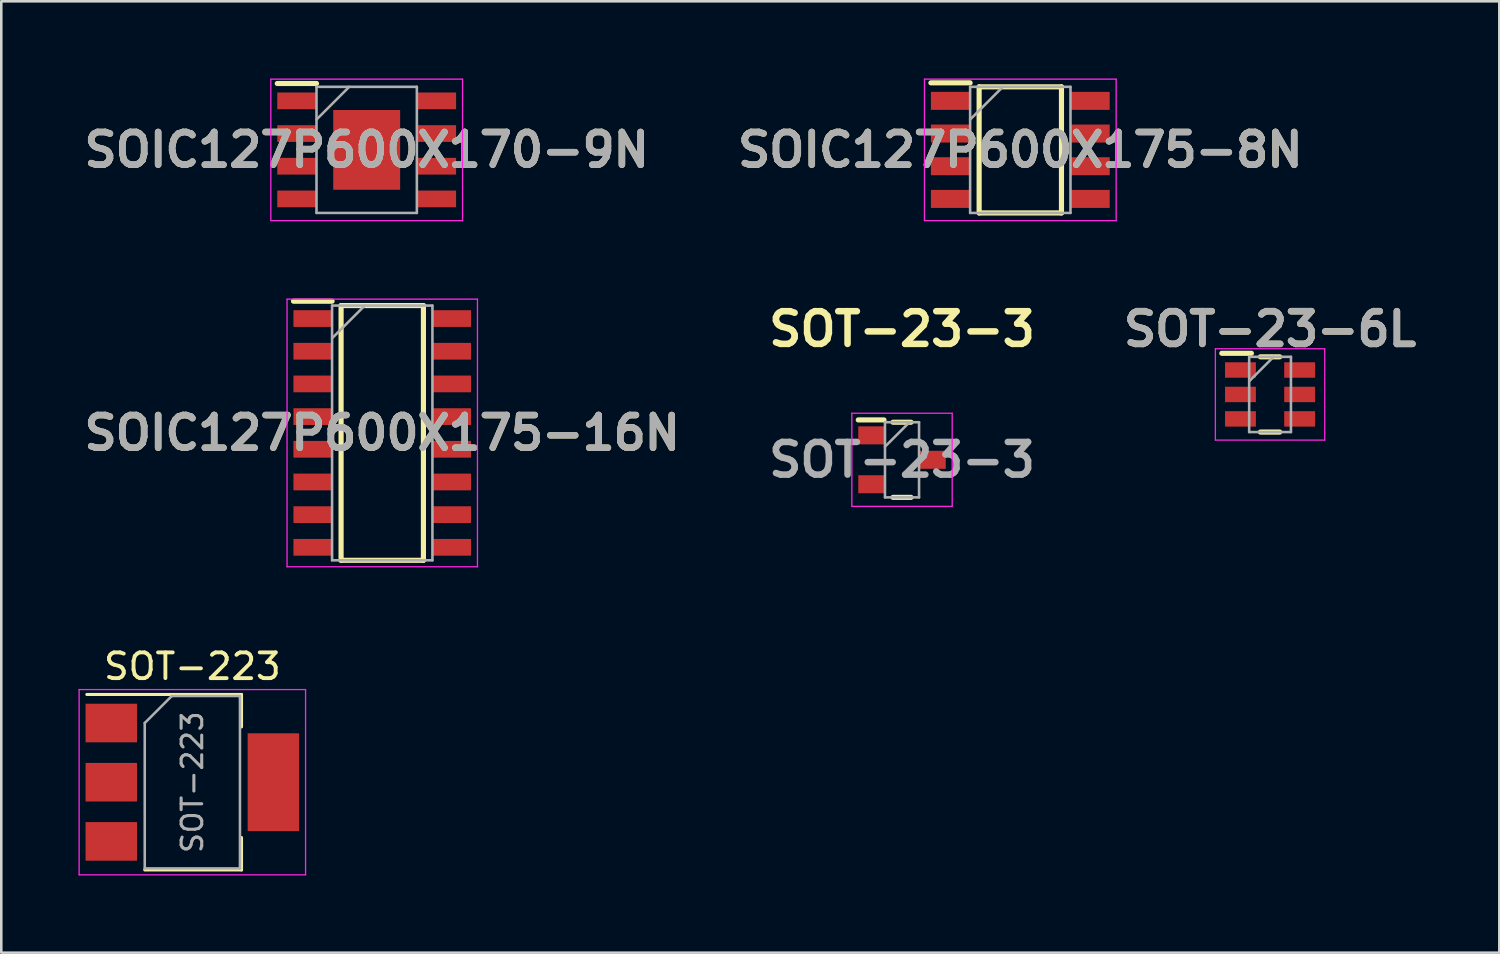
<source format=kicad_pcb>
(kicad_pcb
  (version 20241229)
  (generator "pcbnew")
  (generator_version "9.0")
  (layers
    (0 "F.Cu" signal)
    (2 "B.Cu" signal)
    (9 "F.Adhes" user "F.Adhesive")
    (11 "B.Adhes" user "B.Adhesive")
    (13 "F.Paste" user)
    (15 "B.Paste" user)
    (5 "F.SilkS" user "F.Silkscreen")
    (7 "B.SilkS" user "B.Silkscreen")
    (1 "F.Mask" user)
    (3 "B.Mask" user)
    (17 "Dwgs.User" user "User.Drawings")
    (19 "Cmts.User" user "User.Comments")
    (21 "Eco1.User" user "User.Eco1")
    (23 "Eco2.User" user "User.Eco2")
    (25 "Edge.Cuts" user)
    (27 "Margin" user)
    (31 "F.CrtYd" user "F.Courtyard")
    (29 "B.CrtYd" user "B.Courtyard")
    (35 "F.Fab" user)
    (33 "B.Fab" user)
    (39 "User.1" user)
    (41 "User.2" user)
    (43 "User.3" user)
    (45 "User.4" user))
  (footprint "SOIC127P600X170-9N"
    (layer "F.Cu")
    (at 11.2 2.775)
    (property "Reference" "SOIC127P600X170-9N" (at 0 0 0) (layer "F.SilkS") (effects (font (size 1.27 1.27) (thickness 0.254))))
    (attr smd)
    (fp_line (start -3.475 -2.58) (end -1.95 -2.58) (stroke (width 0.2) (type solid)) (layer "F.SilkS"))
    (fp_line (start -3.725 -2.75) (end 3.725 -2.75) (stroke (width 0.05) (type solid)) (layer "F.CrtYd"))
    (fp_line (start -3.725 2.75) (end -3.725 -2.75) (stroke (width 0.05) (type solid)) (layer "F.CrtYd"))
    (fp_line (start 3.725 -2.75) (end 3.725 2.75) (stroke (width 0.05) (type solid)) (layer "F.CrtYd"))
    (fp_line (start 3.725 2.75) (end -3.725 2.75) (stroke (width 0.05) (type solid)) (layer "F.CrtYd"))
    (fp_line (start -1.95 -2.45) (end 1.95 -2.45) (stroke (width 0.1) (type solid)) (layer "F.Fab"))
    (fp_line (start -1.95 -1.18) (end -0.68 -2.45) (stroke (width 0.1) (type solid)) (layer "F.Fab"))
    (fp_line (start -1.95 2.45) (end -1.95 -2.45) (stroke (width 0.1) (type solid)) (layer "F.Fab"))
    (fp_line (start 1.95 -2.45) (end 1.95 2.45) (stroke (width 0.1) (type solid)) (layer "F.Fab"))
    (fp_line (start 1.95 2.45) (end -1.95 2.45) (stroke (width 0.1) (type solid)) (layer "F.Fab"))
    (fp_text user "${REFERENCE}" (at 0 0 0) (layer "F.Fab") (effects (font (size 1.27 1.27) (thickness 0.254))))
    (pad "1" smd rect (at -2.712 -1.905 90) (size 0.65 1.525) (layers "F.Cu" "F.Mask" "F.Paste"))
    (pad "2" smd rect (at -2.712 -0.635 90) (size 0.65 1.525) (layers "F.Cu" "F.Mask" "F.Paste"))
    (pad "3" smd rect (at -2.712 0.635 90) (size 0.65 1.525) (layers "F.Cu" "F.Mask" "F.Paste"))
    (pad "4" smd rect (at -2.712 1.905 90) (size 0.65 1.525) (layers "F.Cu" "F.Mask" "F.Paste"))
    (pad "5" smd rect (at 2.712 1.905 90) (size 0.65 1.525) (layers "F.Cu" "F.Mask" "F.Paste"))
    (pad "6" smd rect (at 2.712 0.635 90) (size 0.65 1.525) (layers "F.Cu" "F.Mask" "F.Paste"))
    (pad "7" smd rect (at 2.712 -0.635 90) (size 0.65 1.525) (layers "F.Cu" "F.Mask" "F.Paste"))
    (pad "8" smd rect (at 2.712 -1.905 90) (size 0.65 1.525) (layers "F.Cu" "F.Mask" "F.Paste"))
    (pad "9" smd rect (at 0 0) (size 2.6 3.1) (layers "F.Cu" "F.Mask" "F.Paste")))
  (footprint "SOIC127P600X175-8N"
    (layer "F.Cu")
    (at 36.601 2.775)
    (property "Reference" "SOIC127P600X175-8N" (at 0 0 0) (layer "F.SilkS") (effects (font (size 1.27 1.27) (thickness 0.254))))
    (attr smd)
    (fp_line (start -3.475 -2.605) (end -1.95 -2.605) (stroke (width 0.2) (type solid)) (layer "F.SilkS"))
    (fp_line (start -1.6 -2.45) (end 1.6 -2.45) (stroke (width 0.2) (type solid)) (layer "F.SilkS"))
    (fp_line (start -1.6 2.45) (end -1.6 -2.45) (stroke (width 0.2) (type solid)) (layer "F.SilkS"))
    (fp_line (start 1.6 -2.45) (end 1.6 2.45) (stroke (width 0.2) (type solid)) (layer "F.SilkS"))
    (fp_line (start 1.6 2.45) (end -1.6 2.45) (stroke (width 0.2) (type solid)) (layer "F.SilkS"))
    (fp_line (start -3.725 -2.75) (end 3.725 -2.75) (stroke (width 0.05) (type solid)) (layer "F.CrtYd"))
    (fp_line (start -3.725 2.75) (end -3.725 -2.75) (stroke (width 0.05) (type solid)) (layer "F.CrtYd"))
    (fp_line (start 3.725 -2.75) (end 3.725 2.75) (stroke (width 0.05) (type solid)) (layer "F.CrtYd"))
    (fp_line (start 3.725 2.75) (end -3.725 2.75) (stroke (width 0.05) (type solid)) (layer "F.CrtYd"))
    (fp_line (start -1.95 -2.45) (end 1.95 -2.45) (stroke (width 0.1) (type solid)) (layer "F.Fab"))
    (fp_line (start -1.95 -1.18) (end -0.68 -2.45) (stroke (width 0.1) (type solid)) (layer "F.Fab"))
    (fp_line (start -1.95 2.45) (end -1.95 -2.45) (stroke (width 0.1) (type solid)) (layer "F.Fab"))
    (fp_line (start 1.95 -2.45) (end 1.95 2.45) (stroke (width 0.1) (type solid)) (layer "F.Fab"))
    (fp_line (start 1.95 2.45) (end -1.95 2.45) (stroke (width 0.1) (type solid)) (layer "F.Fab"))
    (fp_text user "${REFERENCE}" (at 0 0 0) (layer "F.Fab") (effects (font (size 1.27 1.27) (thickness 0.254))))
    (pad "1" smd rect (at -2.712 -1.905 90) (size 0.7 1.525) (layers "F.Cu" "F.Mask" "F.Paste"))
    (pad "2" smd rect (at -2.712 -0.635 90) (size 0.7 1.525) (layers "F.Cu" "F.Mask" "F.Paste"))
    (pad "3" smd rect (at -2.712 0.635 90) (size 0.7 1.525) (layers "F.Cu" "F.Mask" "F.Paste"))
    (pad "4" smd rect (at -2.712 1.905 90) (size 0.7 1.525) (layers "F.Cu" "F.Mask" "F.Paste"))
    (pad "5" smd rect (at 2.712 1.905 90) (size 0.7 1.525) (layers "F.Cu" "F.Mask" "F.Paste"))
    (pad "6" smd rect (at 2.712 0.635 90) (size 0.7 1.525) (layers "F.Cu" "F.Mask" "F.Paste"))
    (pad "7" smd rect (at 2.712 -0.635 90) (size 0.7 1.525) (layers "F.Cu" "F.Mask" "F.Paste"))
    (pad "8" smd rect (at 2.712 -1.905 90) (size 0.7 1.525) (layers "F.Cu" "F.Mask" "F.Paste")))
  (footprint "SOIC127P600X175-16N"
    (layer "F.Cu")
    (at 11.805 13.775)
    (property "Reference" "SOIC127P600X175-16N" (at 0 0 0) (layer "F.SilkS") (effects (font (size 1.27 1.27) (thickness 0.254))))
    (attr smd)
    (fp_line (start -3.45 -5.12) (end -1.95 -5.12) (stroke (width 0.2) (type solid)) (layer "F.SilkS"))
    (fp_line (start -1.6 -4.95) (end 1.6 -4.95) (stroke (width 0.2) (type solid)) (layer "F.SilkS"))
    (fp_line (start -1.6 4.95) (end -1.6 -4.95) (stroke (width 0.2) (type solid)) (layer "F.SilkS"))
    (fp_line (start 1.6 -4.95) (end 1.6 4.95) (stroke (width 0.2) (type solid)) (layer "F.SilkS"))
    (fp_line (start 1.6 4.95) (end -1.6 4.95) (stroke (width 0.2) (type solid)) (layer "F.SilkS"))
    (fp_line (start -3.7 -5.2) (end 3.7 -5.2) (stroke (width 0.05) (type solid)) (layer "F.CrtYd"))
    (fp_line (start -3.7 5.2) (end -3.7 -5.2) (stroke (width 0.05) (type solid)) (layer "F.CrtYd"))
    (fp_line (start 3.7 -5.2) (end 3.7 5.2) (stroke (width 0.05) (type solid)) (layer "F.CrtYd"))
    (fp_line (start 3.7 5.2) (end -3.7 5.2) (stroke (width 0.05) (type solid)) (layer "F.CrtYd"))
    (fp_line (start -1.95 -4.95) (end 1.95 -4.95) (stroke (width 0.1) (type solid)) (layer "F.Fab"))
    (fp_line (start -1.95 -3.68) (end -0.68 -4.95) (stroke (width 0.1) (type solid)) (layer "F.Fab"))
    (fp_line (start -1.95 4.95) (end -1.95 -4.95) (stroke (width 0.1) (type solid)) (layer "F.Fab"))
    (fp_line (start 1.95 -4.95) (end 1.95 4.95) (stroke (width 0.1) (type solid)) (layer "F.Fab"))
    (fp_line (start 1.95 4.95) (end -1.95 4.95) (stroke (width 0.1) (type solid)) (layer "F.Fab"))
    (fp_text user "${REFERENCE}" (at 0 0 0) (layer "F.Fab") (effects (font (size 1.27 1.27) (thickness 0.254))))
    (pad "1" smd rect (at -2.7 -4.445 90) (size 0.65 1.5) (layers "F.Cu" "F.Mask" "F.Paste"))
    (pad "2" smd rect (at -2.7 -3.175 90) (size 0.65 1.5) (layers "F.Cu" "F.Mask" "F.Paste"))
    (pad "3" smd rect (at -2.7 -1.905 90) (size 0.65 1.5) (layers "F.Cu" "F.Mask" "F.Paste"))
    (pad "4" smd rect (at -2.7 -0.635 90) (size 0.65 1.5) (layers "F.Cu" "F.Mask" "F.Paste"))
    (pad "5" smd rect (at -2.7 0.635 90) (size 0.65 1.5) (layers "F.Cu" "F.Mask" "F.Paste"))
    (pad "6" smd rect (at -2.7 1.905 90) (size 0.65 1.5) (layers "F.Cu" "F.Mask" "F.Paste"))
    (pad "7" smd rect (at -2.7 3.175 90) (size 0.65 1.5) (layers "F.Cu" "F.Mask" "F.Paste"))
    (pad "8" smd rect (at -2.7 4.445 90) (size 0.65 1.5) (layers "F.Cu" "F.Mask" "F.Paste"))
    (pad "9" smd rect (at 2.7 4.445 90) (size 0.65 1.5) (layers "F.Cu" "F.Mask" "F.Paste"))
    (pad "10" smd rect (at 2.7 3.175 90) (size 0.65 1.5) (layers "F.Cu" "F.Mask" "F.Paste"))
    (pad "11" smd rect (at 2.7 1.905 90) (size 0.65 1.5) (layers "F.Cu" "F.Mask" "F.Paste"))
    (pad "12" smd rect (at 2.7 0.635 90) (size 0.65 1.5) (layers "F.Cu" "F.Mask" "F.Paste"))
    (pad "13" smd rect (at 2.7 -0.635 90) (size 0.65 1.5) (layers "F.Cu" "F.Mask" "F.Paste"))
    (pad "14" smd rect (at 2.7 -1.905 90) (size 0.65 1.5) (layers "F.Cu" "F.Mask" "F.Paste"))
    (pad "15" smd rect (at 2.7 -3.175 90) (size 0.65 1.5) (layers "F.Cu" "F.Mask" "F.Paste"))
    (pad "16" smd rect (at 2.7 -4.445 90) (size 0.65 1.5) (layers "F.Cu" "F.Mask" "F.Paste")))
  (footprint "SOT-223"
    (layer "F.Cu")
    (at 4.425 27.348)
    (property "Reference" "SOT-223" (at 0 -4.5 0) (layer "F.SilkS") (effects (font (size 1 1) (thickness 0.15))))
    (attr smd)
    (fp_line (start -4.1 -3.41) (end 1.91 -3.41) (stroke (width 0.12) (type solid)) (layer "F.SilkS"))
    (fp_line (start -1.85 3.41) (end 1.91 3.41) (stroke (width 0.12) (type solid)) (layer "F.SilkS"))
    (fp_line (start 1.91 -3.41) (end 1.91 -2.15) (stroke (width 0.12) (type solid)) (layer "F.SilkS"))
    (fp_line (start 1.91 3.41) (end 1.91 2.15) (stroke (width 0.12) (type solid)) (layer "F.SilkS"))
    (fp_line (start -4.4 -3.6) (end -4.4 3.6) (stroke (width 0.05) (type solid)) (layer "F.CrtYd"))
    (fp_line (start -4.4 3.6) (end 4.4 3.6) (stroke (width 0.05) (type solid)) (layer "F.CrtYd"))
    (fp_line (start 4.4 -3.6) (end -4.4 -3.6) (stroke (width 0.05) (type solid)) (layer "F.CrtYd"))
    (fp_line (start 4.4 3.6) (end 4.4 -3.6) (stroke (width 0.05) (type solid)) (layer "F.CrtYd"))
    (fp_line (start -1.85 -2.3) (end -1.85 3.35) (stroke (width 0.1) (type solid)) (layer "F.Fab"))
    (fp_line (start -1.85 -2.3) (end -0.8 -3.35) (stroke (width 0.1) (type solid)) (layer "F.Fab"))
    (fp_line (start -1.85 3.35) (end 1.85 3.35) (stroke (width 0.1) (type solid)) (layer "F.Fab"))
    (fp_line (start -0.8 -3.35) (end 1.85 -3.35) (stroke (width 0.1) (type solid)) (layer "F.Fab"))
    (fp_line (start 1.85 -3.35) (end 1.85 3.35) (stroke (width 0.1) (type solid)) (layer "F.Fab"))
    (fp_text user "${REFERENCE}" (at 0 0 90) (layer "F.Fab") (effects (font (size 0.8 0.8) (thickness 0.12))))
    (pad "1" smd rect (at -3.15 -2.3) (size 2 1.5) (layers "F.Cu" "F.Mask" "F.Paste"))
    (pad "2" smd rect (at -3.15 0) (size 2 1.5) (layers "F.Cu" "F.Mask" "F.Paste"))
    (pad "2" smd rect (at 3.15 0) (size 2 3.8) (layers "F.Cu" "F.Mask" "F.Paste"))
    (pad "3" smd rect (at -3.15 2.3) (size 2 1.5) (layers "F.Cu" "F.Mask" "F.Paste")))
  (footprint "SOT-23-3"
    (layer "F.Cu")
    (at 32.004 14.819)
    (property "Reference" "SOT-23-3" (at 0 -5.08 0) (layer "F.SilkS") (effects (font (size 1.27 1.27) (thickness 0.254))))
    (attr smd)
    (fp_line (start -1.7 -1.55) (end -0.7 -1.55) (stroke (width 0.2) (type solid)) (layer "F.SilkS"))
    (fp_line (start -0.35 -1.46) (end 0.35 -1.46) (stroke (width 0.2) (type solid)) (layer "F.SilkS"))
    (fp_line (start 0.35 1.46) (end -0.35 1.46) (stroke (width 0.2) (type solid)) (layer "F.SilkS"))
    (fp_line (start -1.95 -1.81) (end 1.95 -1.81) (stroke (width 0.05) (type solid)) (layer "F.CrtYd"))
    (fp_line (start -1.95 1.81) (end -1.95 -1.81) (stroke (width 0.05) (type solid)) (layer "F.CrtYd"))
    (fp_line (start 1.95 -1.81) (end 1.95 1.81) (stroke (width 0.05) (type solid)) (layer "F.CrtYd"))
    (fp_line (start 1.95 1.81) (end -1.95 1.81) (stroke (width 0.05) (type solid)) (layer "F.CrtYd"))
    (fp_line (start -0.662 -1.46) (end 0.662 -1.46) (stroke (width 0.1) (type solid)) (layer "F.Fab"))
    (fp_line (start -0.662 -0.51) (end 0.288 -1.46) (stroke (width 0.1) (type solid)) (layer "F.Fab"))
    (fp_line (start -0.662 1.46) (end -0.662 -1.46) (stroke (width 0.1) (type solid)) (layer "F.Fab"))
    (fp_line (start 0.662 -1.46) (end 0.662 1.46) (stroke (width 0.1) (type solid)) (layer "F.Fab"))
    (fp_line (start 0.662 1.46) (end -0.662 1.46) (stroke (width 0.1) (type solid)) (layer "F.Fab"))
    (fp_text user "${REFERENCE}" (at 0 0 0) (layer "F.Fab") (effects (font (size 1.27 1.27) (thickness 0.254))))
    (pad "1" smd rect (at -1.2 -0.95 90) (size 0.7 1) (layers "F.Cu" "F.Mask" "F.Paste"))
    (pad "2" smd rect (at -1.2 0.95 90) (size 0.7 1) (layers "F.Cu" "F.Mask" "F.Paste"))
    (pad "3" smd rect (at 1.2 0 90) (size 0.7 1) (layers "F.Cu" "F.Mask" "F.Paste")))
  (footprint "SOT-23-6L"
    (layer "F.Cu")
    (at 46.307 12.279)
    (property "Reference" "SOT-23-6L" (at 0 -2.54 0) (layer "F.SilkS") (effects (font (size 1.27 1.27) (thickness 0.254))))
    (attr smd)
    (fp_line (start -1.875 -1.6) (end -0.725 -1.6) (stroke (width 0.2) (type solid)) (layer "F.SilkS"))
    (fp_line (start -0.375 -1.462) (end 0.375 -1.462) (stroke (width 0.2) (type solid)) (layer "F.SilkS"))
    (fp_line (start 0.375 1.462) (end -0.375 1.462) (stroke (width 0.2) (type solid)) (layer "F.SilkS"))
    (fp_line (start -2.125 -1.775) (end 2.125 -1.775) (stroke (width 0.05) (type solid)) (layer "F.CrtYd"))
    (fp_line (start -2.125 1.775) (end -2.125 -1.775) (stroke (width 0.05) (type solid)) (layer "F.CrtYd"))
    (fp_line (start 2.125 -1.775) (end 2.125 1.775) (stroke (width 0.05) (type solid)) (layer "F.CrtYd"))
    (fp_line (start 2.125 1.775) (end -2.125 1.775) (stroke (width 0.05) (type solid)) (layer "F.CrtYd"))
    (fp_line (start -0.812 -1.462) (end 0.812 -1.462) (stroke (width 0.1) (type solid)) (layer "F.Fab"))
    (fp_line (start -0.812 -0.512) (end 0.138 -1.462) (stroke (width 0.1) (type solid)) (layer "F.Fab"))
    (fp_line (start -0.812 1.462) (end -0.812 -1.462) (stroke (width 0.1) (type solid)) (layer "F.Fab"))
    (fp_line (start 0.812 -1.462) (end 0.812 1.462) (stroke (width 0.1) (type solid)) (layer "F.Fab"))
    (fp_line (start 0.812 1.462) (end -0.812 1.462) (stroke (width 0.1) (type solid)) (layer "F.Fab"))
    (fp_text user "${REFERENCE}" (at 0 -2.54 0) (layer "F.Fab") (effects (font (size 1.27 1.27) (thickness 0.254))))
    (pad "1" smd rect (at -1.15 -0.95 90) (size 0.6 1.2) (layers "F.Cu" "F.Mask" "F.Paste"))
    (pad "2" smd rect (at -1.15 0 90) (size 0.6 1.2) (layers "F.Cu" "F.Mask" "F.Paste"))
    (pad "3" smd rect (at -1.15 0.95 90) (size 0.6 1.2) (layers "F.Cu" "F.Mask" "F.Paste"))
    (pad "4" smd rect (at 1.15 0.95 90) (size 0.6 1.2) (layers "F.Cu" "F.Mask" "F.Paste"))
    (pad "5" smd rect (at 1.15 0 90) (size 0.6 1.2) (layers "F.Cu" "F.Mask" "F.Paste"))
    (pad "6" smd rect (at 1.15 -0.95 90) (size 0.6 1.2) (layers "F.Cu" "F.Mask" "F.Paste")))
  (gr_rect
    (start -3 -3)
    (end 55.216 33.973)
    (stroke (width 0.1) (type default))
    (fill no)
    (layer "Edge.Cuts")))
</source>
